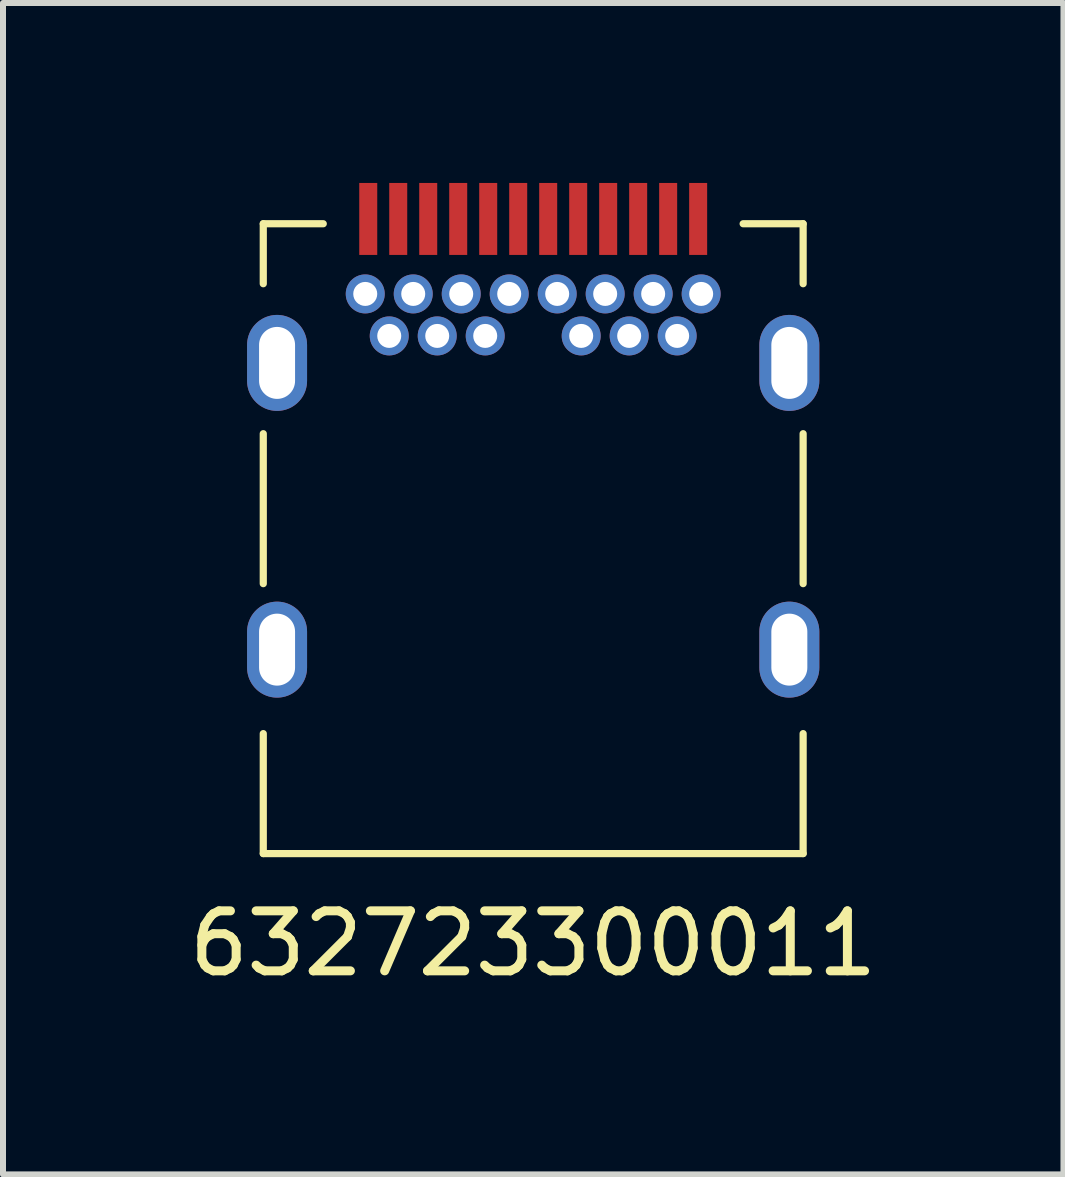
<source format=kicad_pcb>
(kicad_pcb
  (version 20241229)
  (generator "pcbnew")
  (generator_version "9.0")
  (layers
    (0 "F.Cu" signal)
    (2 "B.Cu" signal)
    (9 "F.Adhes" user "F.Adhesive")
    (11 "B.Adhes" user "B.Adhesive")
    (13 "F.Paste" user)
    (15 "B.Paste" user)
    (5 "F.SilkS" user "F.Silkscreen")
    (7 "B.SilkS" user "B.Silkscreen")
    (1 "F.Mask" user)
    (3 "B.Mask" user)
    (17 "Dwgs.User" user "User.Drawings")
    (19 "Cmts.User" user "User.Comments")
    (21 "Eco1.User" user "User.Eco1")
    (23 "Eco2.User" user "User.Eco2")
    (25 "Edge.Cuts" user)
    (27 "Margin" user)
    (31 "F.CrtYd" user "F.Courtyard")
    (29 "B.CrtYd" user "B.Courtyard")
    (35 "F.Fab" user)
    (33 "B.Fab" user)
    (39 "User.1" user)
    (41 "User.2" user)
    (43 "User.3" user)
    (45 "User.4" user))
  (footprint "632723300011"
    (layer "F.Cu")
    (at 5.839 11.18)
    (property "Reference" "632723300011" (at 0 1.5 0) (layer "F.SilkS") (effects (font (size 1 1) (thickness 0.15))))
    (attr through_hole)
    (fp_line (start -4.5 -10.5) (end -3.5 -10.5) (stroke (width 0.12) (type solid)) (layer "F.SilkS"))
    (fp_line (start -4.5 -9.5) (end -4.5 -10.5) (stroke (width 0.12) (type solid)) (layer "F.SilkS"))
    (fp_line (start -4.5 -4.5) (end -4.5 -7) (stroke (width 0.12) (type solid)) (layer "F.SilkS"))
    (fp_line (start -4.5 0) (end -4.5 -2) (stroke (width 0.12) (type solid)) (layer "F.SilkS"))
    (fp_line (start -4.5 0) (end 4.5 0) (stroke (width 0.12) (type solid)) (layer "F.SilkS"))
    (fp_line (start 3.5 -10.5) (end 4.5 -10.5) (stroke (width 0.12) (type solid)) (layer "F.SilkS"))
    (fp_line (start 4.5 -10.5) (end 4.5 -9.5) (stroke (width 0.12) (type solid)) (layer "F.SilkS"))
    (fp_line (start 4.5 -7) (end 4.5 -4.5) (stroke (width 0.12) (type solid)) (layer "F.SilkS"))
    (fp_line (start 4.5 -2) (end 4.5 0) (stroke (width 0.12) (type solid)) (layer "F.SilkS"))
    (pad "A1" smd rect (at -2.75 -10.58) (size 0.3 1.2) (layers "F.Cu" "F.Mask" "F.Paste"))
    (pad "A2" smd rect (at -2.25 -10.58) (size 0.3 1.2) (layers "F.Cu" "F.Mask" "F.Paste"))
    (pad "A3" smd rect (at -1.75 -10.58) (size 0.3 1.2) (layers "F.Cu" "F.Mask" "F.Paste"))
    (pad "A4" smd rect (at -1.25 -10.58) (size 0.3 1.2) (layers "F.Cu" "F.Mask" "F.Paste"))
    (pad "A5" smd rect (at -0.75 -10.58) (size 0.3 1.2) (layers "F.Cu" "F.Mask" "F.Paste"))
    (pad "A6" smd rect (at -0.25 -10.58) (size 0.3 1.2) (layers "F.Cu" "F.Mask" "F.Paste"))
    (pad "A7" smd rect (at 0.25 -10.58) (size 0.3 1.2) (layers "F.Cu" "F.Mask" "F.Paste"))
    (pad "A8" smd rect (at 0.75 -10.58) (size 0.3 1.2) (layers "F.Cu" "F.Mask" "F.Paste"))
    (pad "A9" smd rect (at 1.25 -10.58) (size 0.3 1.2) (layers "F.Cu" "F.Mask" "F.Paste"))
    (pad "A10" smd rect (at 1.75 -10.58) (size 0.3 1.2) (layers "F.Cu" "F.Mask" "F.Paste"))
    (pad "A11" smd rect (at 2.25 -10.58) (size 0.3 1.2) (layers "F.Cu" "F.Mask" "F.Paste"))
    (pad "A12" smd rect (at 2.75 -10.58) (size 0.3 1.2) (layers "F.Cu" "F.Mask" "F.Paste"))
    (pad "B1" thru_hole circle (at 2 -9.33) (size 0.65 0.65) (drill 0.4) (layers "*.Cu" "*.Mask"))
    (pad "B1" thru_hole circle (at 2.8 -9.33) (size 0.65 0.65) (drill 0.4) (layers "*.Cu" "*.Mask"))
    (pad "B2" thru_hole circle (at 2.4 -8.63) (size 0.65 0.65) (drill 0.4) (layers "*.Cu" "*.Mask"))
    (pad "B3" thru_hole circle (at 1.6 -8.63) (size 0.65 0.65) (drill 0.4) (layers "*.Cu" "*.Mask"))
    (pad "B4" thru_hole circle (at 1.2 -9.33) (size 0.65 0.65) (drill 0.4) (layers "*.Cu" "*.Mask"))
    (pad "B5" thru_hole circle (at 0.8 -8.63) (size 0.65 0.65) (drill 0.4) (layers "*.Cu" "*.Mask"))
    (pad "B6" thru_hole circle (at 0.4 -9.33) (size 0.65 0.65) (drill 0.4) (layers "*.Cu" "*.Mask"))
    (pad "B7" thru_hole circle (at -0.4 -9.33) (size 0.65 0.65) (drill 0.4) (layers "*.Cu" "*.Mask"))
    (pad "B8" thru_hole circle (at -0.8 -8.63) (size 0.65 0.65) (drill 0.4) (layers "*.Cu" "*.Mask"))
    (pad "B9" thru_hole circle (at -1.2 -9.33) (size 0.65 0.65) (drill 0.4) (layers "*.Cu" "*.Mask"))
    (pad "B10" thru_hole circle (at -1.6 -8.63) (size 0.65 0.65) (drill 0.4) (layers "*.Cu" "*.Mask"))
    (pad "B11" thru_hole circle (at -2.4 -8.63) (size 0.65 0.65) (drill 0.4) (layers "*.Cu" "*.Mask"))
    (pad "B12" thru_hole circle (at -2.8 -9.33) (size 0.65 0.65) (drill 0.4) (layers "*.Cu" "*.Mask"))
    (pad "B12" thru_hole circle (at -2 -9.33) (size 0.65 0.65) (drill 0.4) (layers "*.Cu" "*.Mask"))
    (pad "S1" thru_hole oval (at -4.27 -8.18) (size 1 1.6) (drill oval 0.6 1.2) (layers "*.Cu" "*.Mask"))
    (pad "S1" thru_hole oval (at -4.27 -3.4) (size 1 1.6) (drill oval 0.6 1.2) (layers "*.Cu" "*.Mask"))
    (pad "S1" thru_hole oval (at 4.27 -8.18) (size 1 1.6) (drill oval 0.6 1.2) (layers "*.Cu" "*.Mask"))
    (pad "S1" thru_hole oval (at 4.27 -3.4) (size 1 1.6) (drill oval 0.6 1.2) (layers "*.Cu" "*.Mask")))
  (gr_rect
    (start -3 -3)
    (end 14.679 16.528)
    (stroke (width 0.1) (type default))
    (fill no)
    (layer "Edge.Cuts")))
</source>
